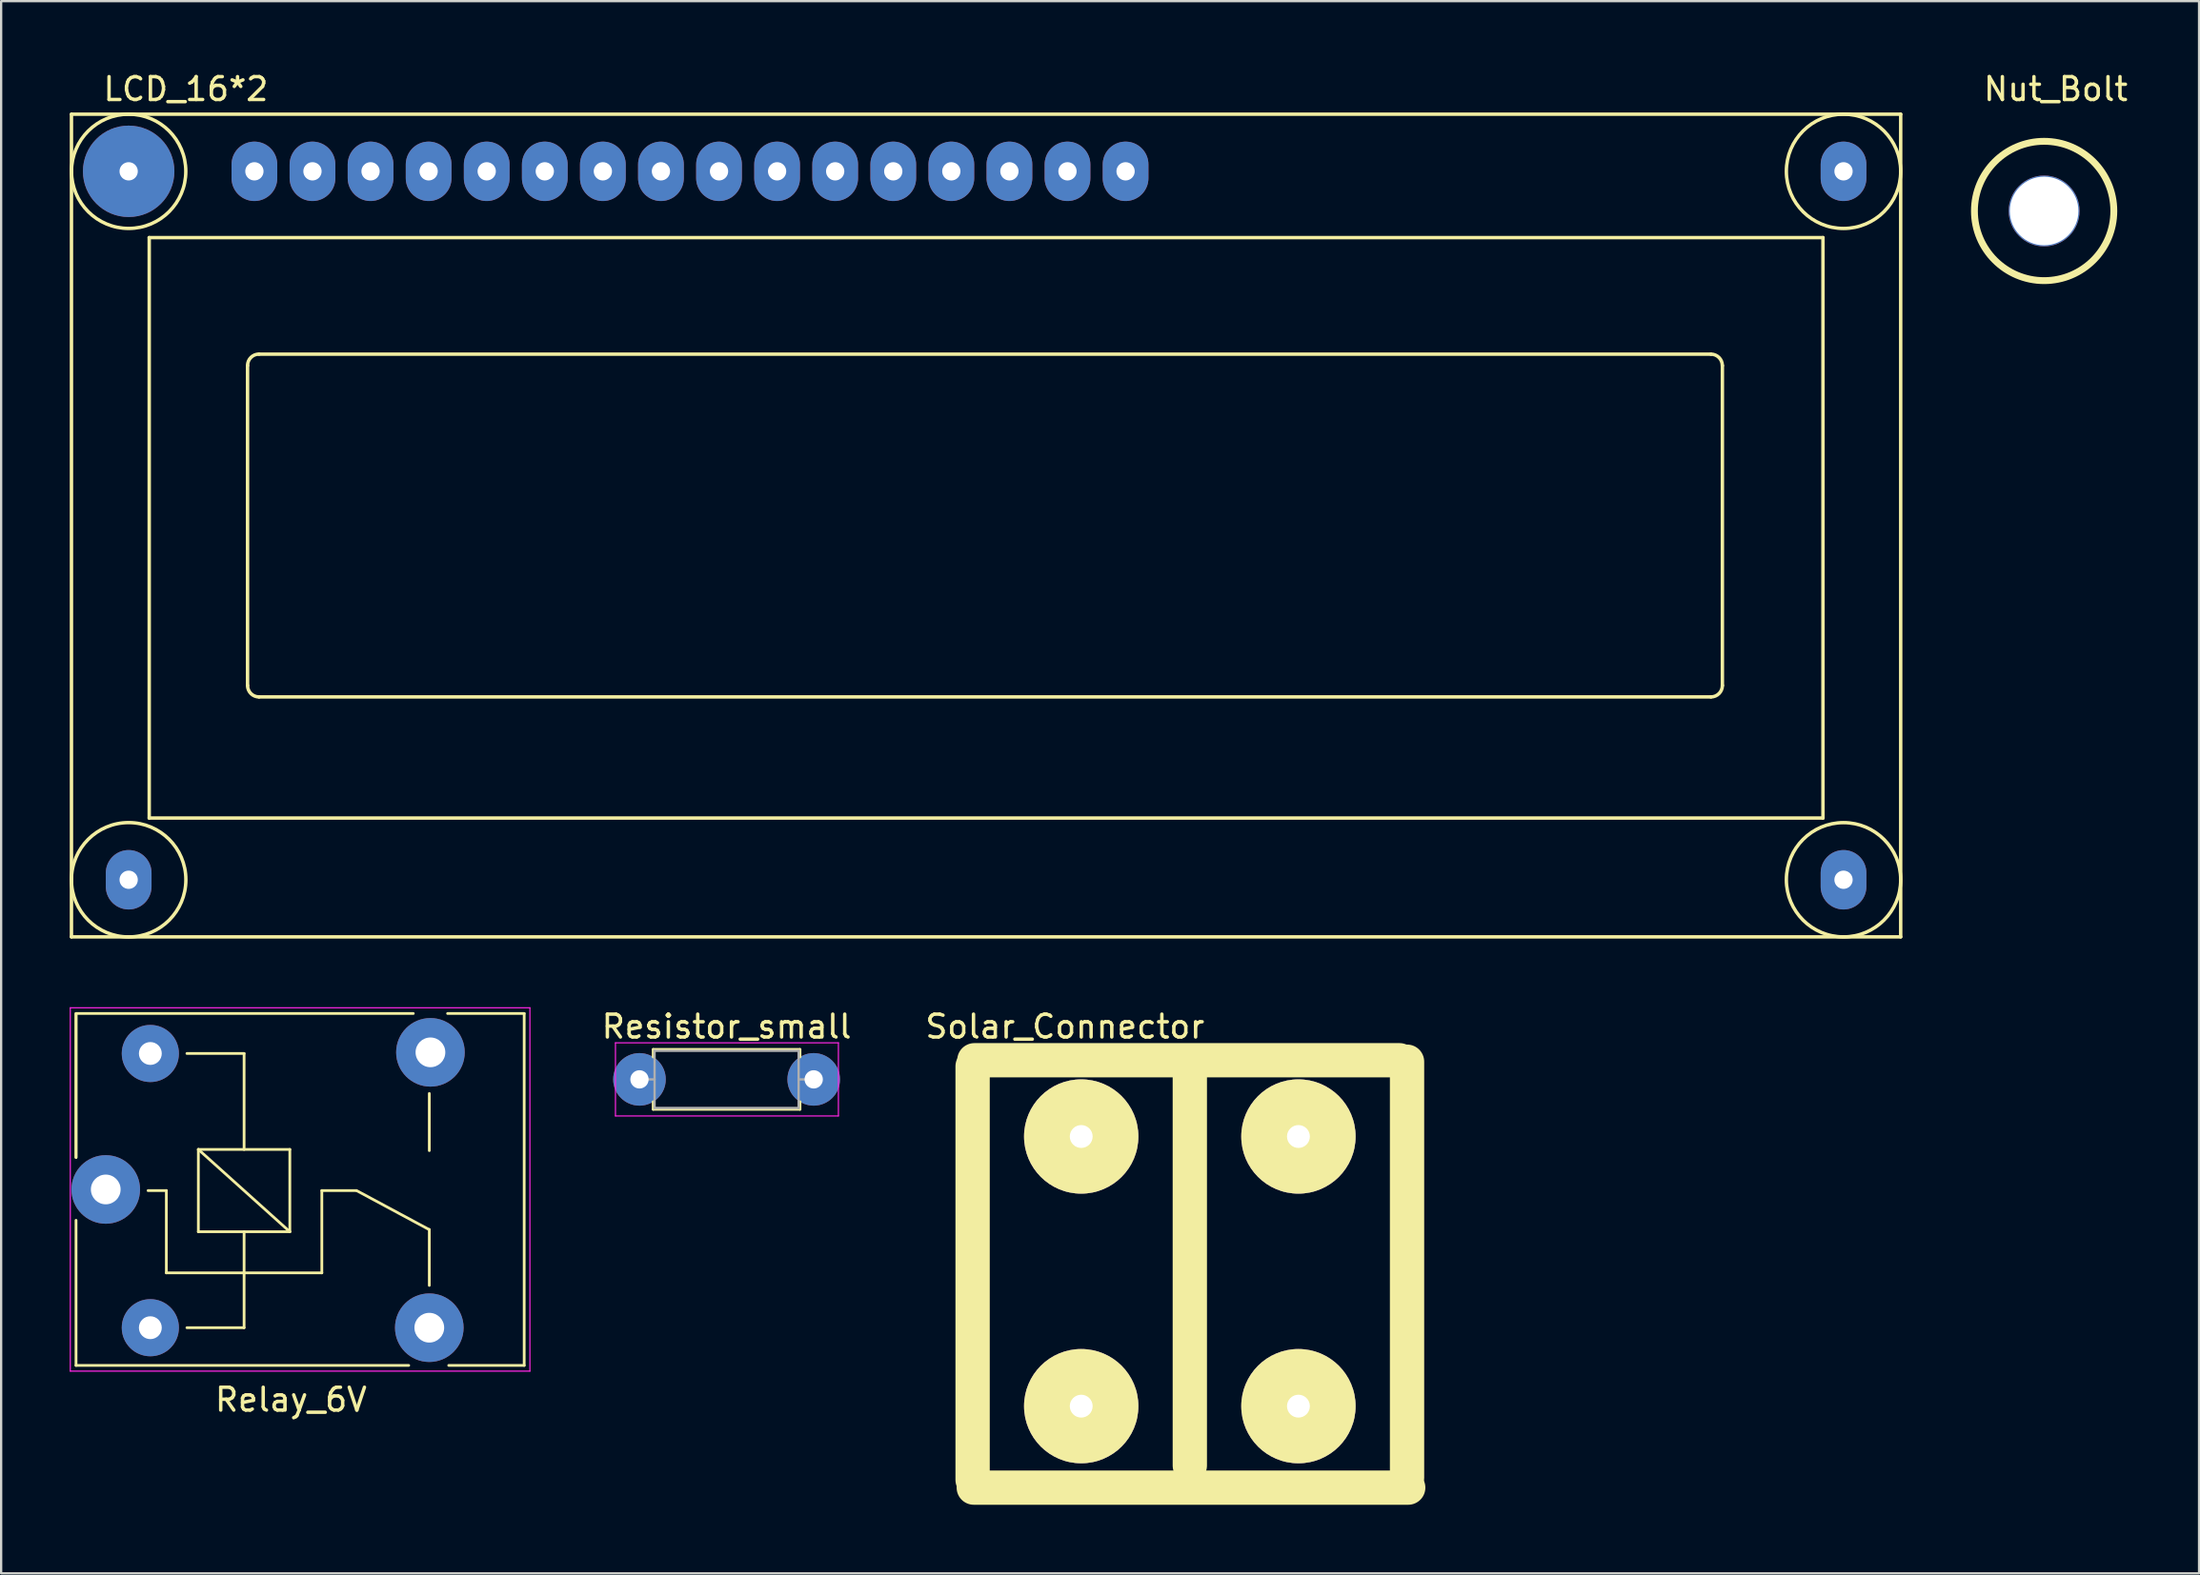
<source format=kicad_pcb>
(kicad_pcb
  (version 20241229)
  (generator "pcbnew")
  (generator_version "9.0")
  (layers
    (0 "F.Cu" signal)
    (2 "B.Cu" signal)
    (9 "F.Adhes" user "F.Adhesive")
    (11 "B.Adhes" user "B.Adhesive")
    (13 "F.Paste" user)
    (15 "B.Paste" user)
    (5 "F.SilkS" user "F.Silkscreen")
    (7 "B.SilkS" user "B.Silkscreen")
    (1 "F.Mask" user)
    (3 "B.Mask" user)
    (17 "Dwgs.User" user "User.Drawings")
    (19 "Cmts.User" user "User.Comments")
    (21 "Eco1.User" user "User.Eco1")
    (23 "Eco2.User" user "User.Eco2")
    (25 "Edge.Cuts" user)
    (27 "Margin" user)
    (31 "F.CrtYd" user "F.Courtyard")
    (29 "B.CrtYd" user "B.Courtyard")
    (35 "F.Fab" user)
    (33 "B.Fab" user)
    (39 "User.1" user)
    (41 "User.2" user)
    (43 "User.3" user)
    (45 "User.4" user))
  (footprint "Resistor_small"
    (layer "F.Cu")
    (at 24.917 44.183)
    (property "Reference" "Resistor_small" (at 3.81 -2.31 0) (layer "F.SilkS") (effects (font (size 1 1) (thickness 0.15))))
    (attr through_hole)
    (fp_line (start 0.6 -1.31) (end 7.02 -1.31) (stroke (width 0.12) (type solid)) (layer "F.SilkS"))
    (fp_line (start 0.6 -0.98) (end 0.6 -1.31) (stroke (width 0.12) (type solid)) (layer "F.SilkS"))
    (fp_line (start 0.6 0.98) (end 0.6 1.31) (stroke (width 0.12) (type solid)) (layer "F.SilkS"))
    (fp_line (start 0.6 1.31) (end 7.02 1.31) (stroke (width 0.12) (type solid)) (layer "F.SilkS"))
    (fp_line (start 7.02 -1.31) (end 7.02 -0.98) (stroke (width 0.12) (type solid)) (layer "F.SilkS"))
    (fp_line (start 7.02 1.31) (end 7.02 0.98) (stroke (width 0.12) (type solid)) (layer "F.SilkS"))
    (fp_line (start -1.05 -1.6) (end -1.05 1.6) (stroke (width 0.05) (type solid)) (layer "F.CrtYd"))
    (fp_line (start -1.05 1.6) (end 8.7 1.6) (stroke (width 0.05) (type solid)) (layer "F.CrtYd"))
    (fp_line (start 8.7 -1.6) (end -1.05 -1.6) (stroke (width 0.05) (type solid)) (layer "F.CrtYd"))
    (fp_line (start 8.7 1.6) (end 8.7 -1.6) (stroke (width 0.05) (type solid)) (layer "F.CrtYd"))
    (fp_line (start 0 0) (end 0.66 0) (stroke (width 0.1) (type solid)) (layer "F.Fab"))
    (fp_line (start 0.66 -1.25) (end 0.66 1.25) (stroke (width 0.1) (type solid)) (layer "F.Fab"))
    (fp_line (start 0.66 1.25) (end 6.96 1.25) (stroke (width 0.1) (type solid)) (layer "F.Fab"))
    (fp_line (start 6.96 -1.25) (end 0.66 -1.25) (stroke (width 0.1) (type solid)) (layer "F.Fab"))
    (fp_line (start 6.96 1.25) (end 6.96 -1.25) (stroke (width 0.1) (type solid)) (layer "F.Fab"))
    (fp_line (start 7.62 0) (end 6.96 0) (stroke (width 0.1) (type solid)) (layer "F.Fab"))
    (pad "1" thru_hole circle (at 0 0) (size 2.3 2.3) (drill 0.8) (layers "*.Cu" "*.Mask"))
    (pad "2" thru_hole circle (at 7.62 0) (size 2.3 2.3) (drill 0.8) (layers "*.Cu" "*.Mask")))
  (footprint "Solar_Connector"
    (layer "F.Cu")
    (at 48.859 52.109)
    (property "Reference" "Solar_Connector" (at -5.334 -10.236 0) (layer "F.SilkS") (effects (font (size 1 1) (thickness 0.15))))
    (attr through_hole)
    (fp_line (start -9.373 -8.5) (end -9.373 9.6) (stroke (width 1.5) (type solid)) (layer "F.SilkS"))
    (fp_line (start -9.322 9.939) (end 9.678 9.939) (stroke (width 1.5) (type solid)) (layer "F.SilkS"))
    (fp_line (start -9.296 -8.763) (end 9.3 -8.763) (stroke (width 1.5) (type solid)) (layer "F.SilkS"))
    (fp_line (start 0.127 8.974) (end 0.127 -8.026) (stroke (width 1.5) (type solid)) (layer "F.SilkS"))
    (fp_line (start 9.627 -8.7) (end 9.627 9.5) (stroke (width 1.5) (type solid)) (layer "F.SilkS"))
    (pad "1" thru_hole oval (at -4.623 -5.426 90) (size 5 5) (drill 1) (layers "*.Cu" "*.Mask" "F.SilkS"))
    (pad "1" thru_hole oval (at -4.623 6.374 90) (size 5 5) (drill 1) (layers "*.Cu" "*.Mask" "F.SilkS"))
    (pad "2" thru_hole oval (at 4.877 -5.426 90) (size 5 5) (drill 1) (layers "*.Cu" "*.Mask" "F.SilkS"))
    (pad "2" thru_hole oval (at 4.877 6.374 90) (size 5 5) (drill 1) (layers "*.Cu" "*.Mask" "F.SilkS")))
  (footprint "Relay_6V"
    (layer "F.Cu")
    (at 1.575 49)
    (property "Reference" "Relay_6V" (at 8.1 9.2 0) (layer "F.SilkS") (effects (font (size 1 1) (thickness 0.15))))
    (attr through_hole)
    (fp_line (start -1.3 -7.7) (end 13.45 -7.7) (stroke (width 0.12) (type solid)) (layer "F.SilkS"))
    (fp_line (start -1.3 -7.65) (end -1.3 -1.4) (stroke (width 0.12) (type solid)) (layer "F.SilkS"))
    (fp_line (start -1.3 -1.4) (end -1.3 -7.7) (stroke (width 0.12) (type solid)) (layer "F.SilkS"))
    (fp_line (start -1.3 1.35) (end -1.3 7.7) (stroke (width 0.12) (type solid)) (layer "F.SilkS"))
    (fp_line (start -1.3 7.7) (end 13.25 7.7) (stroke (width 0.12) (type solid)) (layer "F.SilkS"))
    (fp_line (start 2.65 0.05) (end 1.85 0.05) (stroke (width 0.12) (type solid)) (layer "F.SilkS"))
    (fp_line (start 2.65 0.05) (end 2.65 3.65) (stroke (width 0.12) (type solid)) (layer "F.SilkS"))
    (fp_line (start 3.55 6.05) (end 6.05 6.05) (stroke (width 0.12) (type solid)) (layer "F.SilkS"))
    (fp_line (start 4.05 -1.75) (end 8.05 -1.75) (stroke (width 0.12) (type solid)) (layer "F.SilkS"))
    (fp_line (start 4.05 1.85) (end 4.05 -1.75) (stroke (width 0.12) (type solid)) (layer "F.SilkS"))
    (fp_line (start 6.05 -5.95) (end 3.55 -5.95) (stroke (width 0.12) (type solid)) (layer "F.SilkS"))
    (fp_line (start 6.05 -5.95) (end 6.05 -1.75) (stroke (width 0.12) (type solid)) (layer "F.SilkS"))
    (fp_line (start 6.05 1.85) (end 6.05 6.05) (stroke (width 0.12) (type solid)) (layer "F.SilkS"))
    (fp_line (start 8.05 -1.75) (end 8.05 1.85) (stroke (width 0.12) (type solid)) (layer "F.SilkS"))
    (fp_line (start 8.05 1.85) (end 4.05 -1.75) (stroke (width 0.12) (type solid)) (layer "F.SilkS"))
    (fp_line (start 8.05 1.85) (end 4.05 1.85) (stroke (width 0.12) (type solid)) (layer "F.SilkS"))
    (fp_line (start 9.45 0.05) (end 9.45 3.65) (stroke (width 0.12) (type solid)) (layer "F.SilkS"))
    (fp_line (start 9.45 0.05) (end 10.95 0.05) (stroke (width 0.12) (type solid)) (layer "F.SilkS"))
    (fp_line (start 9.45 3.65) (end 2.65 3.65) (stroke (width 0.12) (type solid)) (layer "F.SilkS"))
    (fp_line (start 10.97 0.05) (end 14.15 1.76) (stroke (width 0.12) (type solid)) (layer "F.SilkS"))
    (fp_line (start 14.15 -4.2) (end 14.15 -1.7) (stroke (width 0.12) (type solid)) (layer "F.SilkS"))
    (fp_line (start 14.15 4.2) (end 14.15 1.75) (stroke (width 0.12) (type solid)) (layer "F.SilkS"))
    (fp_line (start 15 7.7) (end 18.3 7.7) (stroke (width 0.12) (type solid)) (layer "F.SilkS"))
    (fp_line (start 18.3 -7.7) (end 14.95 -7.7) (stroke (width 0.12) (type solid)) (layer "F.SilkS"))
    (fp_line (start 18.3 7.7) (end 18.3 -7.7) (stroke (width 0.12) (type solid)) (layer "F.SilkS"))
    (fp_line (start -1.55 7.95) (end -1.55 -7.95) (stroke (width 0.05) (type solid)) (layer "F.CrtYd"))
    (fp_line (start -1.55 7.95) (end 18.55 7.95) (stroke (width 0.05) (type solid)) (layer "F.CrtYd"))
    (fp_line (start 18.55 -7.95) (end -1.55 -7.95) (stroke (width 0.05) (type solid)) (layer "F.CrtYd"))
    (fp_line (start 18.55 -7.95) (end 18.55 7.95) (stroke (width 0.05) (type solid)) (layer "F.CrtYd"))
    (pad "1" thru_hole circle (at 1.95 6.05 90) (size 2.5 2.5) (drill 1) (layers "*.Cu" "*.Mask"))
    (pad "2" thru_hole circle (at 0 0 90) (size 3 3) (drill 1.3) (layers "*.Cu" "*.Mask"))
    (pad "3" thru_hole circle (at 14.2 -6 90) (size 3 3) (drill 1.3) (layers "*.Cu" "*.Mask"))
    (pad "4" thru_hole circle (at 14.15 6.05 90) (size 3 3) (drill 1.3) (layers "*.Cu" "*.Mask"))
    (pad "5" thru_hole circle (at 1.95 -5.95 90) (size 2.5 2.5) (drill 1) (layers "*.Cu" "*.Mask")))
  (footprint "LCD_16*2"
    (layer "F.Cu")
    (at 8.076 4.447)
    (property "Reference" "LCD_16*2" (at -3 -3.599 0) (layer "F.SilkS") (effects (font (size 1 1) (thickness 0.15))))
    (attr through_hole)
    (fp_line (start -8.001 -2.499) (end 71.999 -2.499) (stroke (width 0.15) (type solid)) (layer "F.SilkS"))
    (fp_line (start -8.001 33.5) (end -8.001 -2.499) (stroke (width 0.15) (type solid)) (layer "F.SilkS"))
    (fp_line (start -4.6 2.901) (end 68.6 2.901) (stroke (width 0.15) (type solid)) (layer "F.SilkS"))
    (fp_line (start -4.6 28.301) (end -4.6 2.901) (stroke (width 0.15) (type solid)) (layer "F.SilkS"))
    (fp_line (start -0.3 22.499) (end -0.3 8.499) (stroke (width 0.15) (type solid)) (layer "F.SilkS"))
    (fp_line (start 0.201 8.001) (end 63.701 8.001) (stroke (width 0.15) (type solid)) (layer "F.SilkS"))
    (fp_line (start 63.701 23) (end 0.201 23) (stroke (width 0.15) (type solid)) (layer "F.SilkS"))
    (fp_line (start 64.201 8.499) (end 64.201 22.499) (stroke (width 0.15) (type solid)) (layer "F.SilkS"))
    (fp_line (start 68.6 2.901) (end 68.6 28.301) (stroke (width 0.15) (type solid)) (layer "F.SilkS"))
    (fp_line (start 68.6 28.301) (end -4.6 28.301) (stroke (width 0.15) (type solid)) (layer "F.SilkS"))
    (fp_line (start 71.999 -2.499) (end 71.999 33.5) (stroke (width 0.15) (type solid)) (layer "F.SilkS"))
    (fp_line (start 71.999 33.5) (end -8.001 33.5) (stroke (width 0.15) (type solid)) (layer "F.SilkS"))
    (fp_arc (start -0.29972 8.49884) (mid -0.153162 8.145018) (end 0.20066 7.99846) (stroke (width 0.15) (type solid)) (layer "F.SilkS"))
    (fp_arc (start 0.20066 22.9997) (mid -0.153162 22.853142) (end -0.29972 22.49932) (stroke (width 0.15) (type solid)) (layer "F.SilkS"))
    (fp_arc (start 63.70066 8.001) (mid 64.052686 8.146814) (end 64.1985 8.49884) (stroke (width 0.15) (type solid)) (layer "F.SilkS"))
    (fp_arc (start 64.20104 22.49932) (mid 64.054482 22.853142) (end 63.70066 22.9997) (stroke (width 0.15) (type solid)) (layer "F.SilkS"))
    (fp_circle (center -5.499 0) (end -3 0) (stroke (width 0.15) (type solid)) (fill no) (layer "F.SilkS"))
    (fp_circle (center -5.499 31.001) (end -8.001 31.001) (stroke (width 0.15) (type solid)) (fill no) (layer "F.SilkS"))
    (fp_circle (center 69.499 0) (end 71.999 0) (stroke (width 0.15) (type solid)) (fill no) (layer "F.SilkS"))
    (fp_circle (center 69.499 31.001) (end 71.999 31.001) (stroke (width 0.15) (type solid)) (fill no) (layer "F.SilkS"))
    (pad "0" thru_hole circle (at -5.499 0) (size 4 4) (drill 0.8) (layers "*.Cu" "*.Mask"))
    (pad "0" thru_hole oval (at -5.499 31.001) (size 2 2.6) (drill 0.8) (layers "*.Cu" "*.Mask"))
    (pad "0" thru_hole oval (at 69.499 0) (size 2 2.6) (drill 0.8) (layers "*.Cu" "*.Mask"))
    (pad "0" thru_hole oval (at 69.499 31.001) (size 2 2.6) (drill 0.8) (layers "*.Cu" "*.Mask"))
    (pad "1" thru_hole oval (at 0 0) (size 2 2.6) (drill 0.8) (layers "*.Cu" "*.Mask"))
    (pad "2" thru_hole oval (at 2.54 0) (size 2 2.6) (drill 0.8) (layers "*.Cu" "*.Mask"))
    (pad "3" thru_hole oval (at 5.08 0) (size 2 2.6) (drill 0.8) (layers "*.Cu" "*.Mask"))
    (pad "4" thru_hole oval (at 7.62 0) (size 2 2.6) (drill 0.8) (layers "*.Cu" "*.Mask"))
    (pad "5" thru_hole oval (at 10.16 0) (size 2 2.6) (drill 0.8) (layers "*.Cu" "*.Mask"))
    (pad "6" thru_hole oval (at 12.7 0) (size 2 2.6) (drill 0.8) (layers "*.Cu" "*.Mask"))
    (pad "7" thru_hole oval (at 15.24 0) (size 2 2.6) (drill 0.8) (layers "*.Cu" "*.Mask"))
    (pad "8" thru_hole oval (at 17.78 0) (size 2 2.6) (drill 0.8) (layers "*.Cu" "*.Mask"))
    (pad "9" thru_hole oval (at 20.32 0) (size 2 2.6) (drill 0.8) (layers "*.Cu" "*.Mask"))
    (pad "10" thru_hole oval (at 22.86 0) (size 2 2.6) (drill 0.8) (layers "*.Cu" "*.Mask"))
    (pad "11" thru_hole oval (at 25.4 0) (size 2 2.6) (drill 0.8) (layers "*.Cu" "*.Mask"))
    (pad "12" thru_hole oval (at 27.94 0) (size 2 2.6) (drill 0.8) (layers "*.Cu" "*.Mask"))
    (pad "13" thru_hole oval (at 30.48 0) (size 2 2.6) (drill 0.8) (layers "*.Cu" "*.Mask"))
    (pad "14" thru_hole oval (at 33.02 0) (size 2 2.6) (drill 0.8) (layers "*.Cu" "*.Mask"))
    (pad "15" thru_hole oval (at 35.56 0) (size 2 2.6) (drill 0.8) (layers "*.Cu" "*.Mask"))
    (pad "16" thru_hole oval (at 38.1 0) (size 2 2.6) (drill 0.8) (layers "*.Cu" "*.Mask")))
  (footprint "Nut_Bolt"
    (layer "F.Cu")
    (at 86.348 6.182)
    (property "Reference" "Nut_Bolt" (at 0.508 -5.334 0) (layer "F.SilkS") (effects (font (size 1 1) (thickness 0.15))))
    (attr through_hole)
    (fp_circle (center 0 0) (end 0 3.048) (stroke (width 0.3) (type solid)) (fill no) (layer "F.SilkS"))
    (pad "1" thru_hole circle (at 0 0) (size 3.1 3.1) (drill 3) (layers "*.Cu" "*.Mask")))
  (gr_rect
    (start -3 -3)
    (end 93.124 65.798)
    (stroke (width 0.1) (type default))
    (fill no)
    (layer "Edge.Cuts")))
</source>
